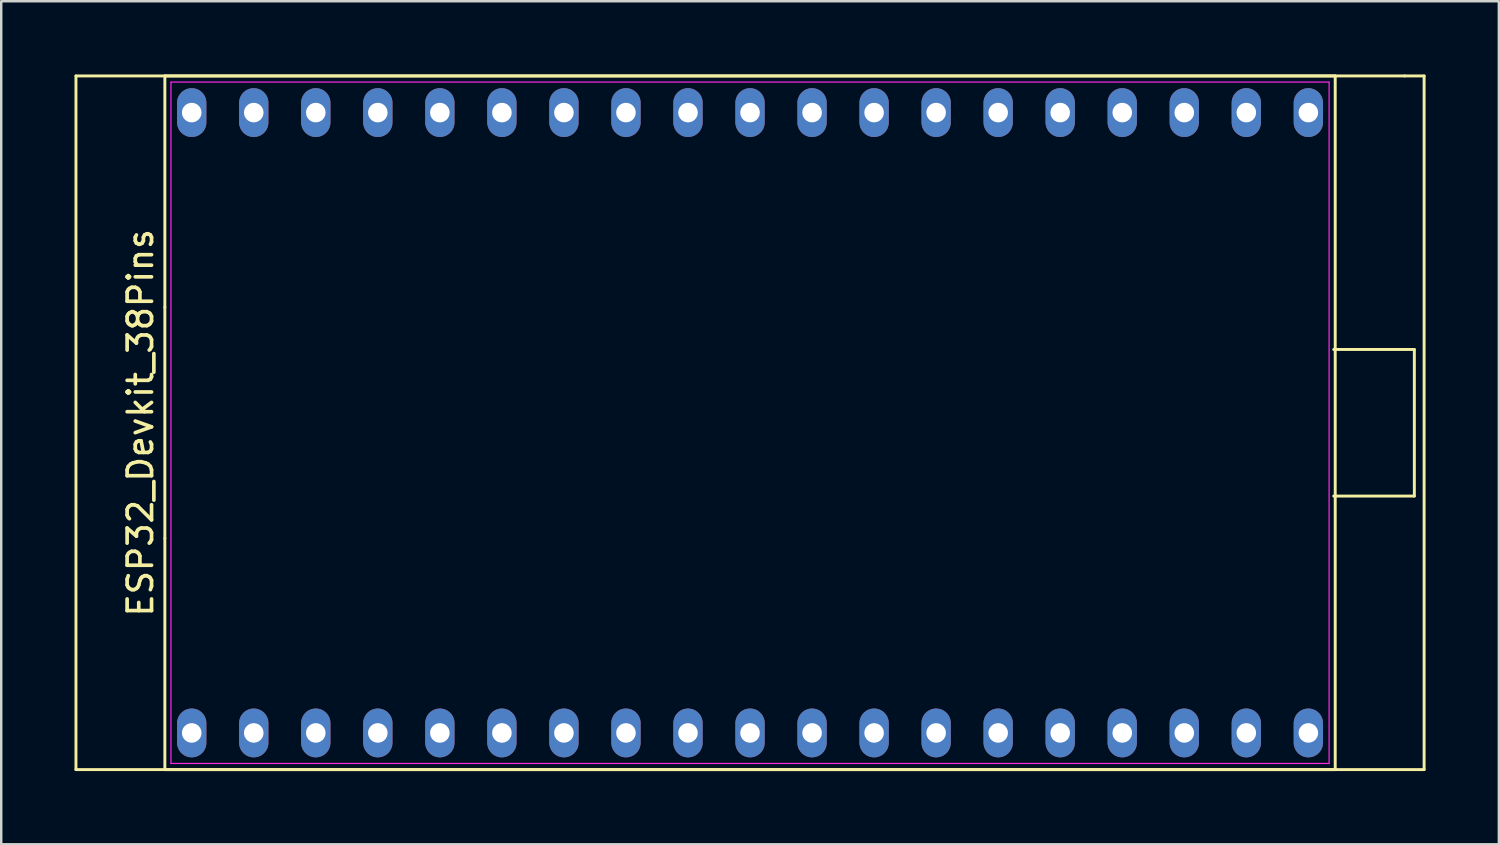
<source format=kicad_pcb>
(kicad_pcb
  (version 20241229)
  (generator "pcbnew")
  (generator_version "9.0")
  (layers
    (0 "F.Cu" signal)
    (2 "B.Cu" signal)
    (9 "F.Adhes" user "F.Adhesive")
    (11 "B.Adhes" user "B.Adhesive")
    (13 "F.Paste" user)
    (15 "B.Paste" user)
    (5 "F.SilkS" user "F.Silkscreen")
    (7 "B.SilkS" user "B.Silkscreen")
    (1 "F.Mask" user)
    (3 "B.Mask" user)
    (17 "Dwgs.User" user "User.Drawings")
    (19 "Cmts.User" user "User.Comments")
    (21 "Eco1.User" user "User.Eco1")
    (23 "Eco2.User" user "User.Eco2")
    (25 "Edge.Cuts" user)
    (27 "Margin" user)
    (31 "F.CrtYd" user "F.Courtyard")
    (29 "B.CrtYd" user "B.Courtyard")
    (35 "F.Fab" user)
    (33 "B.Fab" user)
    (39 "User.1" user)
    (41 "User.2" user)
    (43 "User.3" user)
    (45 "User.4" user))
  (footprint "ESP32_Devkit_38Pins"
    (layer "F.Cu")
    (at 27.66 14.26)
    (property "Reference" "ESP32_Devkit_38Pins" (at -24.96 0 270) (layer "F.SilkS") (effects (font (size 1 1) (thickness 0.15))))
    (attr through_hole)
    (fp_line (start -27.6 -14.2) (end 26.8 -14.2) (stroke (width 0.12) (type solid)) (layer "F.SilkS"))
    (fp_line (start -27.6 14.2) (end -27.6 -14.2) (stroke (width 0.12) (type solid)) (layer "F.SilkS"))
    (fp_line (start -27.6 14.2) (end 27.6 14.2) (stroke (width 0.12) (type solid)) (layer "F.SilkS"))
    (fp_line (start -23.96 -14.2) (end -23.96 -4.733) (stroke (width 0.12) (type solid)) (layer "F.SilkS"))
    (fp_line (start -23.96 -4.733) (end -23.96 4.733) (stroke (width 0.12) (type solid)) (layer "F.SilkS"))
    (fp_line (start -23.96 4.733) (end -23.96 14.2) (stroke (width 0.12) (type solid)) (layer "F.SilkS"))
    (fp_line (start -23.96 14.2) (end 23.96 14.2) (stroke (width 0.12) (type solid)) (layer "F.SilkS"))
    (fp_line (start 23.9 -3) (end 27.2 -3) (stroke (width 0.12) (type solid)) (layer "F.SilkS"))
    (fp_line (start 23.96 -14.2) (end -23.96 -14.2) (stroke (width 0.12) (type solid)) (layer "F.SilkS"))
    (fp_line (start 23.96 14.2) (end 23.96 -14.2) (stroke (width 0.12) (type solid)) (layer "F.SilkS"))
    (fp_line (start 26.8 -14.2) (end 27.6 -14.2) (stroke (width 0.12) (type solid)) (layer "F.SilkS"))
    (fp_line (start 27.2 -3) (end 27.2 3) (stroke (width 0.12) (type solid)) (layer "F.SilkS"))
    (fp_line (start 27.2 3) (end 23.9 3) (stroke (width 0.12) (type solid)) (layer "F.SilkS"))
    (fp_line (start 27.6 -14.2) (end 27.6 14.2) (stroke (width 0.12) (type solid)) (layer "F.SilkS"))
    (fp_line (start -23.71 -13.95) (end 23.71 -13.95) (stroke (width 0.05) (type solid)) (layer "F.CrtYd"))
    (fp_line (start -23.71 13.95) (end -23.71 -13.95) (stroke (width 0.05) (type solid)) (layer "F.CrtYd"))
    (fp_line (start 23.71 -13.95) (end 23.71 13.95) (stroke (width 0.05) (type solid)) (layer "F.CrtYd"))
    (fp_line (start 23.71 13.95) (end -23.71 13.95) (stroke (width 0.05) (type solid)) (layer "F.CrtYd"))
    (pad "1" thru_hole oval (at -22.86 12.7) (size 1.2 2) (drill 0.8) (layers "*.Cu" "*.Mask"))
    (pad "2" thru_hole oval (at -20.32 12.7) (size 1.2 2) (drill 0.8) (layers "*.Cu" "*.Mask"))
    (pad "3" thru_hole oval (at -17.78 12.7) (size 1.2 2) (drill 0.8) (layers "*.Cu" "*.Mask"))
    (pad "4" thru_hole oval (at -15.24 12.7) (size 1.2 2) (drill 0.8) (layers "*.Cu" "*.Mask"))
    (pad "5" thru_hole oval (at -12.7 12.7) (size 1.2 2) (drill 0.8) (layers "*.Cu" "*.Mask"))
    (pad "6" thru_hole oval (at -10.16 12.7) (size 1.2 2) (drill 0.8) (layers "*.Cu" "*.Mask"))
    (pad "7" thru_hole oval (at -7.62 12.7) (size 1.2 2) (drill 0.8) (layers "*.Cu" "*.Mask"))
    (pad "8" thru_hole oval (at -5.08 12.7) (size 1.2 2) (drill 0.8) (layers "*.Cu" "*.Mask"))
    (pad "9" thru_hole oval (at -2.54 12.7) (size 1.2 2) (drill 0.8) (layers "*.Cu" "*.Mask"))
    (pad "10" thru_hole oval (at 0 12.7) (size 1.2 2) (drill 0.8) (layers "*.Cu" "*.Mask"))
    (pad "11" thru_hole oval (at 2.54 12.7) (size 1.2 2) (drill 0.8) (layers "*.Cu" "*.Mask"))
    (pad "12" thru_hole oval (at 5.08 12.7) (size 1.2 2) (drill 0.8) (layers "*.Cu" "*.Mask"))
    (pad "13" thru_hole oval (at 7.62 12.7) (size 1.2 2) (drill 0.8) (layers "*.Cu" "*.Mask"))
    (pad "14" thru_hole oval (at 10.16 12.7) (size 1.2 2) (drill 0.8) (layers "*.Cu" "*.Mask"))
    (pad "15" thru_hole oval (at 12.7 12.7) (size 1.2 2) (drill 0.8) (layers "*.Cu" "*.Mask"))
    (pad "16" thru_hole oval (at 15.24 12.7) (size 1.2 2) (drill 0.8) (layers "*.Cu" "*.Mask"))
    (pad "17" thru_hole oval (at 17.78 12.7) (size 1.2 2) (drill 0.8) (layers "*.Cu" "*.Mask"))
    (pad "18" thru_hole oval (at 20.32 12.7) (size 1.2 2) (drill 0.8) (layers "*.Cu" "*.Mask"))
    (pad "19" thru_hole oval (at 22.86 12.7) (size 1.2 2) (drill 0.8) (layers "*.Cu" "*.Mask"))
    (pad "20" thru_hole oval (at 22.86 -12.7) (size 1.2 2) (drill 0.8) (layers "*.Cu" "*.Mask"))
    (pad "21" thru_hole oval (at 20.32 -12.7) (size 1.2 2) (drill 0.8) (layers "*.Cu" "*.Mask"))
    (pad "22" thru_hole oval (at 17.78 -12.7) (size 1.2 2) (drill 0.8) (layers "*.Cu" "*.Mask"))
    (pad "23" thru_hole oval (at 15.24 -12.7) (size 1.2 2) (drill 0.8) (layers "*.Cu" "*.Mask"))
    (pad "24" thru_hole oval (at 12.7 -12.7) (size 1.2 2) (drill 0.8) (layers "*.Cu" "*.Mask"))
    (pad "25" thru_hole oval (at 10.16 -12.7) (size 1.2 2) (drill 0.8) (layers "*.Cu" "*.Mask"))
    (pad "26" thru_hole oval (at 7.62 -12.7) (size 1.2 2) (drill 0.8) (layers "*.Cu" "*.Mask"))
    (pad "27" thru_hole oval (at 5.08 -12.7) (size 1.2 2) (drill 0.8) (layers "*.Cu" "*.Mask"))
    (pad "28" thru_hole oval (at 2.54 -12.7) (size 1.2 2) (drill 0.8) (layers "*.Cu" "*.Mask"))
    (pad "29" thru_hole oval (at 0 -12.7) (size 1.2 2) (drill 0.8) (layers "*.Cu" "*.Mask"))
    (pad "30" thru_hole oval (at -2.54 -12.7) (size 1.2 2) (drill 0.8) (layers "*.Cu" "*.Mask"))
    (pad "31" thru_hole oval (at -5.08 -12.7) (size 1.2 2) (drill 0.8) (layers "*.Cu" "*.Mask"))
    (pad "32" thru_hole oval (at -7.62 -12.7) (size 1.2 2) (drill 0.8) (layers "*.Cu" "*.Mask"))
    (pad "33" thru_hole oval (at -10.16 -12.7) (size 1.2 2) (drill 0.8) (layers "*.Cu" "*.Mask"))
    (pad "34" thru_hole oval (at -12.7 -12.7) (size 1.2 2) (drill 0.8) (layers "*.Cu" "*.Mask"))
    (pad "35" thru_hole oval (at -15.24 -12.7) (size 1.2 2) (drill 0.8) (layers "*.Cu" "*.Mask"))
    (pad "36" thru_hole oval (at -17.78 -12.7) (size 1.2 2) (drill 0.8) (layers "*.Cu" "*.Mask"))
    (pad "37" thru_hole oval (at -20.32 -12.7) (size 1.2 2) (drill 0.8) (layers "*.Cu" "*.Mask"))
    (pad "38" thru_hole oval (at -22.86 -12.7) (size 1.2 2) (drill 0.8) (layers "*.Cu" "*.Mask")))
  (gr_rect
    (start -3 -3)
    (end 58.32 31.52)
    (stroke (width 0.1) (type default))
    (fill no)
    (layer "Edge.Cuts")))
</source>
